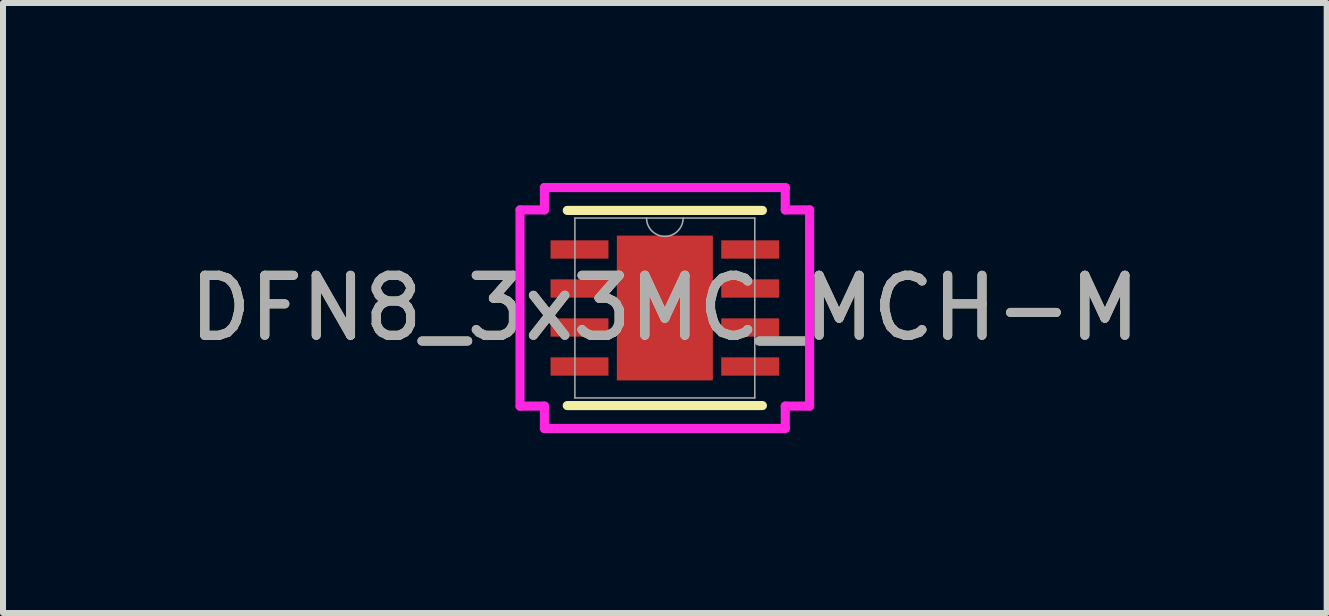
<source format=kicad_pcb>
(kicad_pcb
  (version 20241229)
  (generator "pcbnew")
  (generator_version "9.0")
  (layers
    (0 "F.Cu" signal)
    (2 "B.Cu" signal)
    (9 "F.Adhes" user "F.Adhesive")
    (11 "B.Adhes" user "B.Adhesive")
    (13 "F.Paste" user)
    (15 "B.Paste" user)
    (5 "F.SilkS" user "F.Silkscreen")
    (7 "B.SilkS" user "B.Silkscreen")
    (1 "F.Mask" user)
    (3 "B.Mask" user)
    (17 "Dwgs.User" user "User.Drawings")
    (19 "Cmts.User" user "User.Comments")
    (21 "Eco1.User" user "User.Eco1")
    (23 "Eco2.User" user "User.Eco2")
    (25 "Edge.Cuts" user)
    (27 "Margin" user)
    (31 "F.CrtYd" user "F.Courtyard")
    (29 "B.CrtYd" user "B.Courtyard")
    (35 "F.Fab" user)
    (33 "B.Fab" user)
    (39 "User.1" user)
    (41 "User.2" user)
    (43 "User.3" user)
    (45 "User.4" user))
  (footprint "DFN8_3x3MC_MCH-M"
    (layer "F.Cu")
    (at 8.03 2.083)
    (property "Reference" "DFN8_3x3MC_MCH-M" (at 0 0 0) (unlocked yes) (layer "F.SilkS") (effects (font (size 1 1) (thickness 0.15))))
    (attr smd)
    (fp_line (start -1.626 1.626) (end 1.626 1.626) (stroke (width 0.152) (type solid)) (layer "F.SilkS"))
    (fp_line (start 1.626 -1.626) (end -1.626 -1.626) (stroke (width 0.152) (type solid)) (layer "F.SilkS"))
    (fp_line (start -2.413 -1.635) (end -2.007 -1.635) (stroke (width 0.152) (type solid)) (layer "F.CrtYd"))
    (fp_line (start -2.413 1.635) (end -2.413 -1.635) (stroke (width 0.152) (type solid)) (layer "F.CrtYd"))
    (fp_line (start -2.413 1.635) (end -2.007 1.635) (stroke (width 0.152) (type solid)) (layer "F.CrtYd"))
    (fp_line (start -2.007 -2.007) (end 2.007 -2.007) (stroke (width 0.152) (type solid)) (layer "F.CrtYd"))
    (fp_line (start -2.007 -1.635) (end -2.007 -2.007) (stroke (width 0.152) (type solid)) (layer "F.CrtYd"))
    (fp_line (start -2.007 2.007) (end -2.007 1.635) (stroke (width 0.152) (type solid)) (layer "F.CrtYd"))
    (fp_line (start 2.007 -2.007) (end 2.007 -1.635) (stroke (width 0.152) (type solid)) (layer "F.CrtYd"))
    (fp_line (start 2.007 1.635) (end 2.007 2.007) (stroke (width 0.152) (type solid)) (layer "F.CrtYd"))
    (fp_line (start 2.007 2.007) (end -2.007 2.007) (stroke (width 0.152) (type solid)) (layer "F.CrtYd"))
    (fp_line (start 2.413 -1.635) (end 2.007 -1.635) (stroke (width 0.152) (type solid)) (layer "F.CrtYd"))
    (fp_line (start 2.413 -1.635) (end 2.413 1.635) (stroke (width 0.152) (type solid)) (layer "F.CrtYd"))
    (fp_line (start 2.413 1.635) (end 2.007 1.635) (stroke (width 0.152) (type solid)) (layer "F.CrtYd"))
    (fp_line (start -1.499 -1.499) (end -1.499 1.499) (stroke (width 0.025) (type solid)) (layer "F.Fab"))
    (fp_line (start -1.499 1.499) (end 1.499 1.499) (stroke (width 0.025) (type solid)) (layer "F.Fab"))
    (fp_line (start 1.499 -1.499) (end -1.499 -1.499) (stroke (width 0.025) (type solid)) (layer "F.Fab"))
    (fp_line (start 1.499 1.499) (end 1.499 -1.499) (stroke (width 0.025) (type solid)) (layer "F.Fab"))
    (fp_arc (start 0.3048 -1.4986) (mid 0 -1.1938) (end -0.3048 -1.4986) (stroke (width 0.0254) (type solid)) (layer "F.Fab"))
    (fp_text user "${REFERENCE}" (at 0 0 0) (unlocked yes) (layer "F.Fab") (effects (font (size 1 1) (thickness 0.15))))
    (pad "1" smd rect (at -1.422 -0.975) (size 0.965 0.305) (layers "F.Cu" "F.Mask" "F.Paste"))
    (pad "2" smd rect (at -1.422 -0.325) (size 0.965 0.305) (layers "F.Cu" "F.Mask" "F.Paste"))
    (pad "3" smd rect (at -1.422 0.325) (size 0.965 0.305) (layers "F.Cu" "F.Mask" "F.Paste"))
    (pad "4" smd rect (at -1.422 0.975) (size 0.965 0.305) (layers "F.Cu" "F.Mask" "F.Paste"))
    (pad "5" smd rect (at 1.422 0.975) (size 0.965 0.305) (layers "F.Cu" "F.Mask" "F.Paste"))
    (pad "6" smd rect (at 1.422 0.325) (size 0.965 0.305) (layers "F.Cu" "F.Mask" "F.Paste"))
    (pad "7" smd rect (at 1.422 -0.325) (size 0.965 0.305) (layers "F.Cu" "F.Mask" "F.Paste"))
    (pad "8" smd rect (at 1.422 -0.975) (size 0.965 0.305) (layers "F.Cu" "F.Mask" "F.Paste"))
    (pad "9" smd rect (at 0 0) (size 1.6 2.413) (layers "F.Cu" "F.Mask" "F.Paste")))
  (gr_rect
    (start -3 -3)
    (end 19.06 7.166)
    (stroke (width 0.1) (type default))
    (fill no)
    (layer "Edge.Cuts")))
</source>
